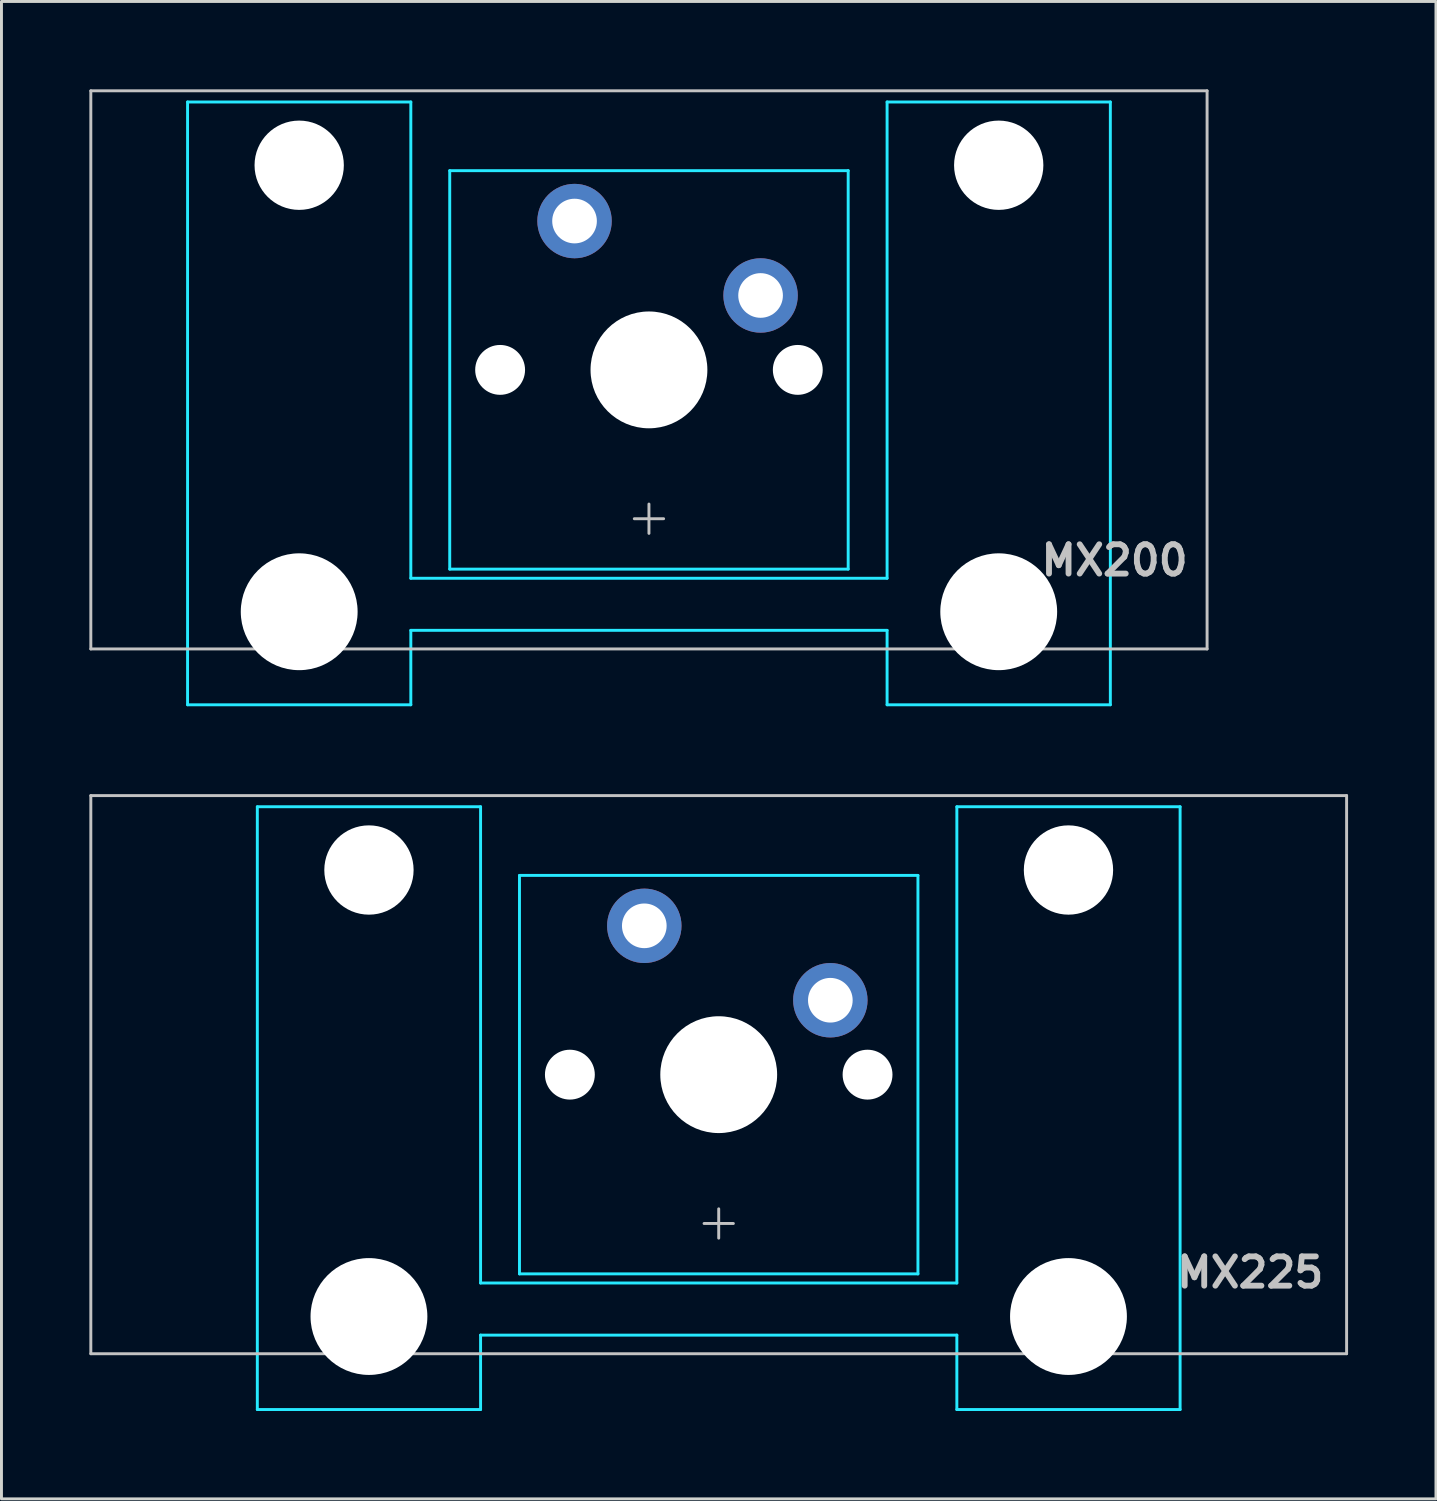
<source format=kicad_pcb>
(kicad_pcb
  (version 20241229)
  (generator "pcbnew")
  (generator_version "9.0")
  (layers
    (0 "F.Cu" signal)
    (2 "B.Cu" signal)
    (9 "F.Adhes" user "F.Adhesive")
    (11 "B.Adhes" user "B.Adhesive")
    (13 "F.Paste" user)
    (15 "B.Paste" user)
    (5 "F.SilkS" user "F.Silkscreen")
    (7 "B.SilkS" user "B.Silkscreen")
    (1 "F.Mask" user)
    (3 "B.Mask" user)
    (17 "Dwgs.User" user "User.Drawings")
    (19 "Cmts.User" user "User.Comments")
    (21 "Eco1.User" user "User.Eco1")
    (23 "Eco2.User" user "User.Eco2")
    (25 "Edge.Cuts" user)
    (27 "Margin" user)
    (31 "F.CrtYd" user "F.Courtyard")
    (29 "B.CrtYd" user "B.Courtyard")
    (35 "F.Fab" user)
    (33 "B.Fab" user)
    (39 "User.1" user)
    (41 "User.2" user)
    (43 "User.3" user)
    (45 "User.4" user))
  (footprint "MX225"
    (layer "F.Cu")
    (at 21.481 33.63)
    (property "Reference" "MX225" (at 20.75 6.75 0) (layer "Dwgs.User") (effects (font (size 1 1) (thickness 0.2)) (justify right)))
    (attr through_hole)
    (fp_line (start -21.431 -9.525) (end -21.431 9.525) (stroke (width 0.1) (type solid)) (layer "Dwgs.User"))
    (fp_line (start -21.431 -9.525) (end 21.431 -9.525) (stroke (width 0.1) (type solid)) (layer "Dwgs.User"))
    (fp_line (start -21.431 9.525) (end 21.431 9.525) (stroke (width 0.1) (type solid)) (layer "Dwgs.User"))
    (fp_line (start -0.5 5.08) (end 0.5 5.08) (stroke (width 0.1) (type solid)) (layer "Dwgs.User"))
    (fp_line (start 0 5.58) (end 0 4.58) (stroke (width 0.1) (type solid)) (layer "Dwgs.User"))
    (fp_line (start 21.431 -9.525) (end 21.431 9.525) (stroke (width 0.1) (type solid)) (layer "Dwgs.User"))
    (fp_line (start -15.438 -5.485) (end -15.438 8.515) (stroke (width 0.1) (type solid)) (layer "Eco1.User"))
    (fp_line (start -14.938 -5.985) (end -8.938 -5.985) (stroke (width 0.1) (type solid)) (layer "Eco1.User"))
    (fp_line (start -8.938 9.015) (end -14.938 9.015) (stroke (width 0.1) (type solid)) (layer "Eco1.User"))
    (fp_line (start -8.438 8.515) (end -8.438 -5.485) (stroke (width 0.1) (type solid)) (layer "Eco1.User"))
    (fp_line (start -7 -6.5) (end -7 6.5) (stroke (width 0.1) (type solid)) (layer "Eco1.User"))
    (fp_line (start -6.5 7) (end 6.5 7) (stroke (width 0.1) (type solid)) (layer "Eco1.User"))
    (fp_line (start 6.5 -7) (end -6.5 -7) (stroke (width 0.1) (type solid)) (layer "Eco1.User"))
    (fp_line (start 7 6.5) (end 7 -6.5) (stroke (width 0.1) (type solid)) (layer "Eco1.User"))
    (fp_line (start 8.438 -5.485) (end 8.438 8.515) (stroke (width 0.1) (type solid)) (layer "Eco1.User"))
    (fp_line (start 8.938 -5.985) (end 14.938 -5.985) (stroke (width 0.1) (type solid)) (layer "Eco1.User"))
    (fp_line (start 14.938 9.015) (end 8.938 9.015) (stroke (width 0.1) (type solid)) (layer "Eco1.User"))
    (fp_line (start 15.438 8.515) (end 15.438 -5.485) (stroke (width 0.1) (type solid)) (layer "Eco1.User"))
    (fp_arc (start -15.438 -5.485) (mid -15.291553 -5.838553) (end -14.938 -5.985) (stroke (width 0.1) (type solid)) (layer "Eco1.User"))
    (fp_arc (start -14.938 9.015) (mid -15.291553 8.868553) (end -15.438 8.515) (stroke (width 0.1) (type solid)) (layer "Eco1.User"))
    (fp_arc (start -8.938 -5.985) (mid -8.584447 -5.838553) (end -8.438 -5.485) (stroke (width 0.1) (type solid)) (layer "Eco1.User"))
    (fp_arc (start -8.438 8.515) (mid -8.584447 8.868553) (end -8.938 9.015) (stroke (width 0.1) (type solid)) (layer "Eco1.User"))
    (fp_arc (start -7 -6.5) (mid -6.853553 -6.853553) (end -6.5 -7) (stroke (width 0.1) (type solid)) (layer "Eco1.User"))
    (fp_arc (start -6.5 7) (mid -6.853553 6.853553) (end -7 6.5) (stroke (width 0.1) (type solid)) (layer "Eco1.User"))
    (fp_arc (start 6.5 -7) (mid 6.853553 -6.853553) (end 7 -6.5) (stroke (width 0.1) (type solid)) (layer "Eco1.User"))
    (fp_arc (start 7 6.5) (mid 6.853553 6.853553) (end 6.5 7) (stroke (width 0.1) (type solid)) (layer "Eco1.User"))
    (fp_arc (start 8.438 -5.485) (mid 8.584447 -5.838553) (end 8.938 -5.985) (stroke (width 0.1) (type solid)) (layer "Eco1.User"))
    (fp_arc (start 8.938 9.015) (mid 8.584447 8.868553) (end 8.438 8.515) (stroke (width 0.1) (type solid)) (layer "Eco1.User"))
    (fp_arc (start 14.938 -5.985) (mid 15.291553 -5.838553) (end 15.438 -5.485) (stroke (width 0.1) (type solid)) (layer "Eco1.User"))
    (fp_arc (start 15.438 8.515) (mid 15.291553 8.868553) (end 14.938 9.015) (stroke (width 0.1) (type solid)) (layer "Eco1.User"))
    (fp_line (start -15.748 -9.144) (end -8.128 -9.144) (stroke (width 0.1) (type solid)) (layer "B.CrtYd"))
    (fp_line (start -15.748 11.43) (end -15.748 -9.144) (stroke (width 0.1) (type solid)) (layer "B.CrtYd"))
    (fp_line (start -8.128 -9.144) (end -8.128 7.112) (stroke (width 0.1) (type solid)) (layer "B.CrtYd"))
    (fp_line (start -8.128 7.112) (end 8.128 7.112) (stroke (width 0.1) (type solid)) (layer "B.CrtYd"))
    (fp_line (start -8.128 8.89) (end 8.128 8.89) (stroke (width 0.1) (type solid)) (layer "B.CrtYd"))
    (fp_line (start -8.128 11.43) (end -15.748 11.43) (stroke (width 0.1) (type solid)) (layer "B.CrtYd"))
    (fp_line (start -8.128 11.43) (end -8.128 8.89) (stroke (width 0.1) (type solid)) (layer "B.CrtYd"))
    (fp_line (start -6.8 6.8) (end -6.8 -6.8) (stroke (width 0.1) (type solid)) (layer "B.CrtYd"))
    (fp_line (start 6.8 -6.8) (end -6.8 -6.8) (stroke (width 0.1) (type solid)) (layer "B.CrtYd"))
    (fp_line (start 6.8 6.8) (end -6.8 6.8) (stroke (width 0.1) (type solid)) (layer "B.CrtYd"))
    (fp_line (start 6.8 6.8) (end 6.8 -6.8) (stroke (width 0.1) (type solid)) (layer "B.CrtYd"))
    (fp_line (start 8.128 -9.144) (end 8.128 7.112) (stroke (width 0.1) (type solid)) (layer "B.CrtYd"))
    (fp_line (start 8.128 -9.144) (end 15.748 -9.144) (stroke (width 0.1) (type solid)) (layer "B.CrtYd"))
    (fp_line (start 8.128 11.43) (end 8.128 8.89) (stroke (width 0.1) (type solid)) (layer "B.CrtYd"))
    (fp_line (start 15.748 -9.144) (end 15.748 11.43) (stroke (width 0.1) (type solid)) (layer "B.CrtYd"))
    (fp_line (start 15.748 11.43) (end 8.128 11.43) (stroke (width 0.1) (type solid)) (layer "B.CrtYd"))
    (pad "" np_thru_hole circle (at -11.938 -6.985) (size 3.048 3.048) (drill 3.048) (layers "*.Cu" "*.Mask"))
    (pad "" np_thru_hole circle (at -11.938 8.255) (size 3.988 3.988) (drill 3.988) (layers "*.Cu" "*.Mask"))
    (pad "" np_thru_hole circle (at -5.08 0) (size 1.702 1.702) (drill 1.702) (layers "*.Cu" "*.Mask"))
    (pad "" connect circle (at -2.54 -5.08) (size 1.524 1.524) (layers "B.Mask"))
    (pad "" np_thru_hole circle (at 0 0) (size 3.988 3.988) (drill 3.988) (layers "*.Cu" "*.Mask"))
    (pad "" connect circle (at 3.81 -2.54) (size 1.524 1.524) (layers "B.Mask"))
    (pad "" np_thru_hole circle (at 5.08 0) (size 1.702 1.702) (drill 1.702) (layers "*.Cu" "*.Mask"))
    (pad "" np_thru_hole circle (at 11.938 -6.985) (size 3.048 3.048) (drill 3.048) (layers "*.Cu" "*.Mask"))
    (pad "" np_thru_hole circle (at 11.938 8.255) (size 3.988 3.988) (drill 3.988) (layers "*.Cu" "*.Mask"))
    (pad "1" thru_hole circle (at -2.54 -5.08) (size 2.54 2.54) (drill 1.524) (layers "*.Cu" "F.Mask"))
    (pad "2" thru_hole circle (at 3.81 -2.54) (size 2.54 2.54) (drill 1.524) (layers "*.Cu" "F.Mask")))
  (footprint "MX200"
    (layer "F.Cu")
    (at 19.1 9.575)
    (property "Reference" "MX200" (at 18.5 6.5 0) (layer "Dwgs.User") (effects (font (size 1 1) (thickness 0.2)) (justify right)))
    (attr through_hole)
    (fp_line (start -19.05 -9.525) (end -19.05 9.525) (stroke (width 0.1) (type solid)) (layer "Dwgs.User"))
    (fp_line (start -19.05 -9.525) (end 19.05 -9.525) (stroke (width 0.1) (type solid)) (layer "Dwgs.User"))
    (fp_line (start -19.05 9.525) (end 19.05 9.525) (stroke (width 0.1) (type solid)) (layer "Dwgs.User"))
    (fp_line (start -0.5 5.08) (end 0.5 5.08) (stroke (width 0.1) (type solid)) (layer "Dwgs.User"))
    (fp_line (start 0 5.58) (end 0 4.58) (stroke (width 0.1) (type solid)) (layer "Dwgs.User"))
    (fp_line (start 19.05 -9.525) (end 19.05 9.525) (stroke (width 0.1) (type solid)) (layer "Dwgs.User"))
    (fp_line (start -15.438 -5.485) (end -15.438 8.515) (stroke (width 0.1) (type solid)) (layer "Eco1.User"))
    (fp_line (start -14.938 -5.985) (end -8.938 -5.985) (stroke (width 0.1) (type solid)) (layer "Eco1.User"))
    (fp_line (start -8.938 9.015) (end -14.938 9.015) (stroke (width 0.1) (type solid)) (layer "Eco1.User"))
    (fp_line (start -8.438 8.515) (end -8.438 -5.485) (stroke (width 0.1) (type solid)) (layer "Eco1.User"))
    (fp_line (start -7 -6.5) (end -7 6.5) (stroke (width 0.1) (type solid)) (layer "Eco1.User"))
    (fp_line (start -6.5 7) (end 6.5 7) (stroke (width 0.1) (type solid)) (layer "Eco1.User"))
    (fp_line (start 6.5 -7) (end -6.5 -7) (stroke (width 0.1) (type solid)) (layer "Eco1.User"))
    (fp_line (start 7 6.5) (end 7 -6.5) (stroke (width 0.1) (type solid)) (layer "Eco1.User"))
    (fp_line (start 8.438 -5.485) (end 8.438 8.515) (stroke (width 0.1) (type solid)) (layer "Eco1.User"))
    (fp_line (start 8.938 -5.985) (end 14.938 -5.985) (stroke (width 0.1) (type solid)) (layer "Eco1.User"))
    (fp_line (start 14.938 9.015) (end 8.938 9.015) (stroke (width 0.1) (type solid)) (layer "Eco1.User"))
    (fp_line (start 15.438 8.515) (end 15.438 -5.485) (stroke (width 0.1) (type solid)) (layer "Eco1.User"))
    (fp_arc (start -15.438 -5.485) (mid -15.291553 -5.838553) (end -14.938 -5.985) (stroke (width 0.1) (type solid)) (layer "Eco1.User"))
    (fp_arc (start -14.938 9.015) (mid -15.291553 8.868553) (end -15.438 8.515) (stroke (width 0.1) (type solid)) (layer "Eco1.User"))
    (fp_arc (start -8.938 -5.985) (mid -8.584447 -5.838553) (end -8.438 -5.485) (stroke (width 0.1) (type solid)) (layer "Eco1.User"))
    (fp_arc (start -8.438 8.515) (mid -8.584447 8.868553) (end -8.938 9.015) (stroke (width 0.1) (type solid)) (layer "Eco1.User"))
    (fp_arc (start -7 -6.5) (mid -6.853553 -6.853553) (end -6.5 -7) (stroke (width 0.1) (type solid)) (layer "Eco1.User"))
    (fp_arc (start -6.5 7) (mid -6.853553 6.853553) (end -7 6.5) (stroke (width 0.1) (type solid)) (layer "Eco1.User"))
    (fp_arc (start 6.5 -7) (mid 6.853553 -6.853553) (end 7 -6.5) (stroke (width 0.1) (type solid)) (layer "Eco1.User"))
    (fp_arc (start 7 6.5) (mid 6.853553 6.853553) (end 6.5 7) (stroke (width 0.1) (type solid)) (layer "Eco1.User"))
    (fp_arc (start 8.438 -5.485) (mid 8.584447 -5.838553) (end 8.938 -5.985) (stroke (width 0.1) (type solid)) (layer "Eco1.User"))
    (fp_arc (start 8.938 9.015) (mid 8.584447 8.868553) (end 8.438 8.515) (stroke (width 0.1) (type solid)) (layer "Eco1.User"))
    (fp_arc (start 14.938 -5.985) (mid 15.291553 -5.838553) (end 15.438 -5.485) (stroke (width 0.1) (type solid)) (layer "Eco1.User"))
    (fp_arc (start 15.438 8.515) (mid 15.291553 8.868553) (end 14.938 9.015) (stroke (width 0.1) (type solid)) (layer "Eco1.User"))
    (fp_line (start -15.748 -9.144) (end -8.128 -9.144) (stroke (width 0.1) (type solid)) (layer "B.CrtYd"))
    (fp_line (start -15.748 11.43) (end -15.748 -9.144) (stroke (width 0.1) (type solid)) (layer "B.CrtYd"))
    (fp_line (start -8.128 -9.144) (end -8.128 7.112) (stroke (width 0.1) (type solid)) (layer "B.CrtYd"))
    (fp_line (start -8.128 7.112) (end 8.128 7.112) (stroke (width 0.1) (type solid)) (layer "B.CrtYd"))
    (fp_line (start -8.128 8.89) (end 8.128 8.89) (stroke (width 0.1) (type solid)) (layer "B.CrtYd"))
    (fp_line (start -8.128 11.43) (end -15.748 11.43) (stroke (width 0.1) (type solid)) (layer "B.CrtYd"))
    (fp_line (start -8.128 11.43) (end -8.128 8.89) (stroke (width 0.1) (type solid)) (layer "B.CrtYd"))
    (fp_line (start -6.8 6.8) (end -6.8 -6.8) (stroke (width 0.1) (type solid)) (layer "B.CrtYd"))
    (fp_line (start 6.8 -6.8) (end -6.8 -6.8) (stroke (width 0.1) (type solid)) (layer "B.CrtYd"))
    (fp_line (start 6.8 6.8) (end -6.8 6.8) (stroke (width 0.1) (type solid)) (layer "B.CrtYd"))
    (fp_line (start 6.8 6.8) (end 6.8 -6.8) (stroke (width 0.1) (type solid)) (layer "B.CrtYd"))
    (fp_line (start 8.128 -9.144) (end 8.128 7.112) (stroke (width 0.1) (type solid)) (layer "B.CrtYd"))
    (fp_line (start 8.128 -9.144) (end 15.748 -9.144) (stroke (width 0.1) (type solid)) (layer "B.CrtYd"))
    (fp_line (start 8.128 11.43) (end 8.128 8.89) (stroke (width 0.1) (type solid)) (layer "B.CrtYd"))
    (fp_line (start 15.748 -9.144) (end 15.748 11.43) (stroke (width 0.1) (type solid)) (layer "B.CrtYd"))
    (fp_line (start 15.748 11.43) (end 8.128 11.43) (stroke (width 0.1) (type solid)) (layer "B.CrtYd"))
    (pad "" np_thru_hole circle (at -11.938 -6.985) (size 3.048 3.048) (drill 3.048) (layers "*.Cu" "*.Mask"))
    (pad "" np_thru_hole circle (at -11.938 8.255) (size 3.988 3.988) (drill 3.988) (layers "*.Cu" "*.Mask"))
    (pad "" np_thru_hole circle (at -5.08 0) (size 1.702 1.702) (drill 1.702) (layers "*.Cu" "*.Mask"))
    (pad "" connect circle (at -2.54 -5.08) (size 1.524 1.524) (layers "B.Mask"))
    (pad "" np_thru_hole circle (at 0 0) (size 3.988 3.988) (drill 3.988) (layers "*.Cu" "*.Mask"))
    (pad "" connect circle (at 3.81 -2.54) (size 1.524 1.524) (layers "B.Mask"))
    (pad "" np_thru_hole circle (at 5.08 0) (size 1.702 1.702) (drill 1.702) (layers "*.Cu" "*.Mask"))
    (pad "" np_thru_hole circle (at 11.938 -6.985) (size 3.048 3.048) (drill 3.048) (layers "*.Cu" "*.Mask"))
    (pad "" np_thru_hole circle (at 11.938 8.255) (size 3.988 3.988) (drill 3.988) (layers "*.Cu" "*.Mask"))
    (pad "1" thru_hole circle (at -2.54 -5.08) (size 2.54 2.54) (drill 1.524) (layers "*.Cu" "F.Mask"))
    (pad "2" thru_hole circle (at 3.81 -2.54) (size 2.54 2.54) (drill 1.524) (layers "*.Cu" "F.Mask")))
  (gr_rect
    (start -3 -3)
    (end 45.962 48.11)
    (stroke (width 0.1) (type default))
    (fill no)
    (layer "Edge.Cuts")))
</source>
